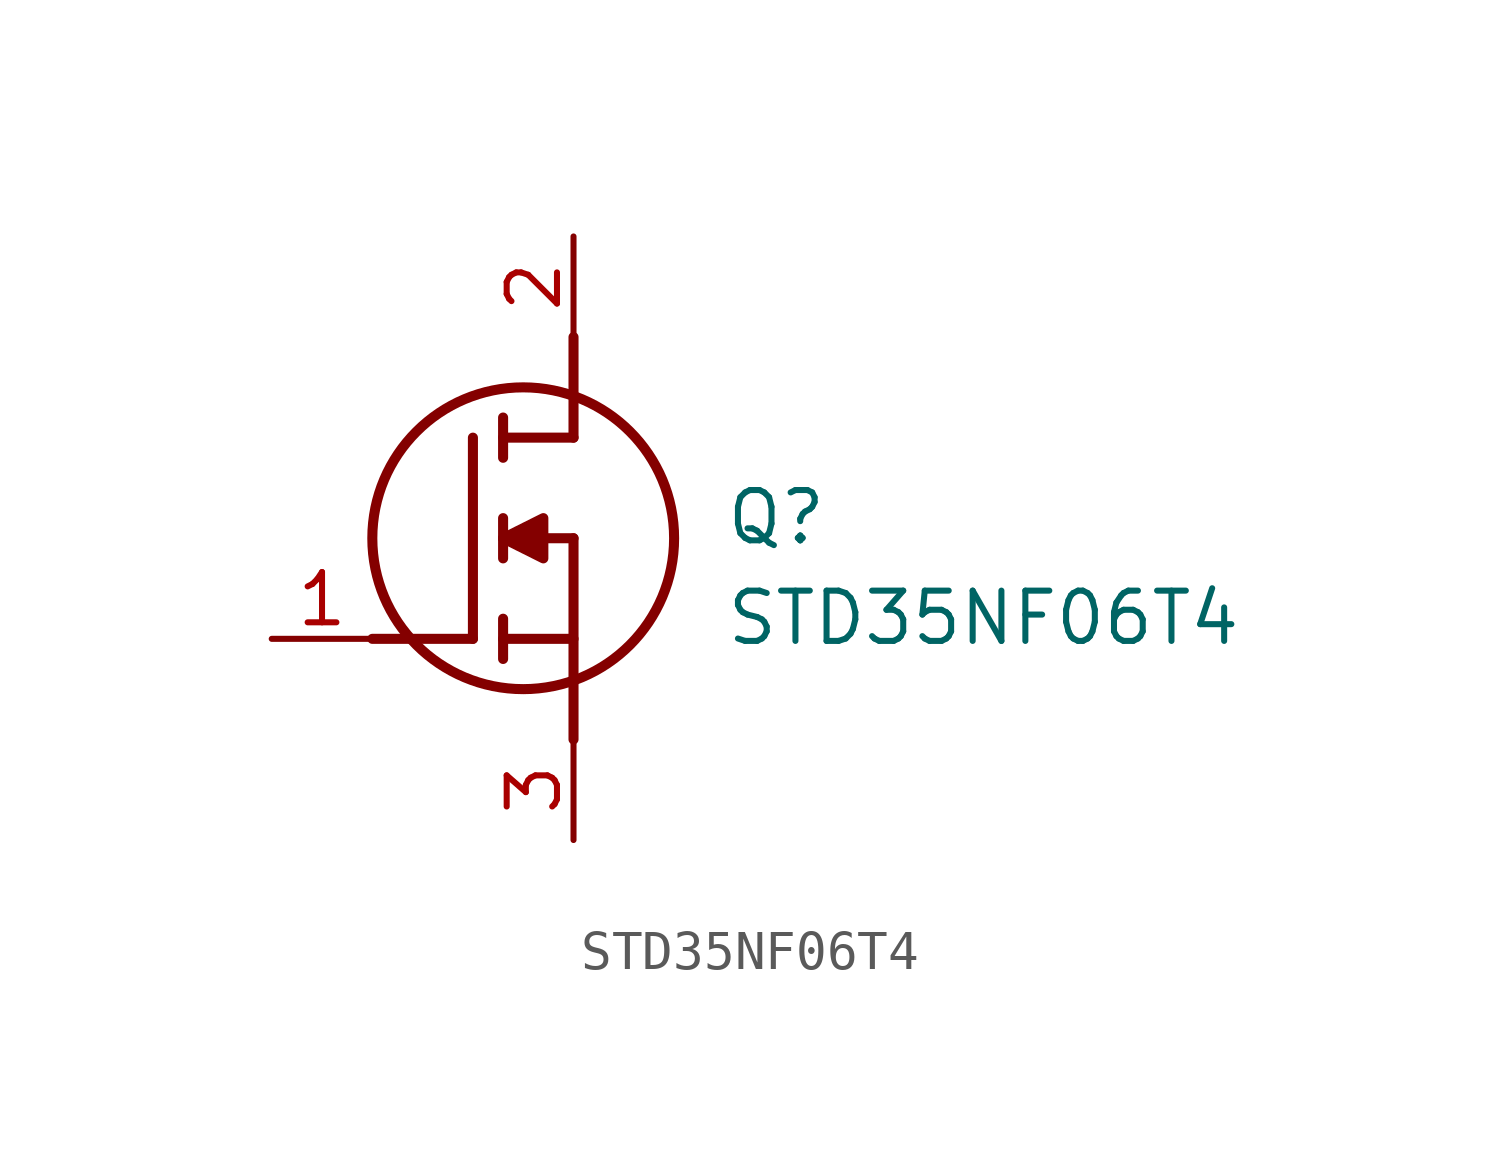
<source format=kicad_sym>
(kicad_symbol_lib
  (version 20211014)
  (generator SamacSys_ECAD_Model)
  (symbol "STD35NF06T4"
    (pin_names hide)
    (property "Reference" "Q"
      (at 11.43 3.81 0)
      (effects (font (size 1.27 1.27)) (justify left top)))
    (property "Value" "STD35NF06T4"
      (at 11.43 1.27 0)
      (effects (font (size 1.27 1.27)) (justify left top)))
    (polyline
      (pts (xy 7.62 2.54) (xy 7.62 -2.54))
      (stroke (width 0.254) (type default))
      (fill (type none)))
    (polyline
      (pts (xy 7.62 5.08) (xy 7.62 7.62))
      (stroke (width 0.254) (type default))
      (fill (type none)))
    (polyline
      (pts (xy 2.54 0) (xy 5.08 0))
      (stroke (width 0.254) (type default))
      (fill (type none)))
    (polyline
      (pts (xy 5.08 5.08) (xy 5.08 0))
      (stroke (width 0.254) (type default))
      (fill (type none)))
    (polyline
      (pts (xy 7.62 2.54) (xy 5.842 2.54))
      (stroke (width 0.254) (type default))
      (fill (type none)))
    (polyline
      (pts (xy 7.62 5.08) (xy 5.842 5.08))
      (stroke (width 0.254) (type default))
      (fill (type none)))
    (polyline
      (pts (xy 5.842 0) (xy 7.62 0))
      (stroke (width 0.254) (type default))
      (fill (type none)))
    (polyline
      (pts (xy 5.842 5.588) (xy 5.842 4.572))
      (stroke (width 0.254) (type default))
      (fill (type none)))
    (polyline
      (pts (xy 5.842 -0.508) (xy 5.842 0.508))
      (stroke (width 0.254) (type default))
      (fill (type none)))
    (polyline
      (pts (xy 5.842 2.032) (xy 5.842 3.048))
      (stroke (width 0.254) (type default))
      (fill (type none)))
    (circle
      (center 6.35 2.54)
      (radius 3.81)
      (stroke (width 0.254) (type default))
      (fill (type none)))
    (polyline
      (pts (xy 5.842 2.54) (xy 6.858 3.048) (xy 6.858 2.032) (xy 5.842 2.54))
      (stroke (width 0.254) (type default))
      (fill (type outline)))
    (pin passive line
      (at 0 0 0)
      (length 2.54)
      (name "G" (effects (font (size 1.27 1.27))))
      (number "1" (effects (font (size 1.27 1.27)))))
    (pin passive line
      (at 7.62 10.16 270)
      (length 2.54)
      (name "D" (effects (font (size 1.27 1.27))))
      (number "2" (effects (font (size 1.27 1.27)))))
    (pin passive line
      (at 7.62 -5.08 90)
      (length 2.54)
      (name "S" (effects (font (size 1.27 1.27))))
      (number "3" (effects (font (size 1.27 1.27)))))))
</source>
